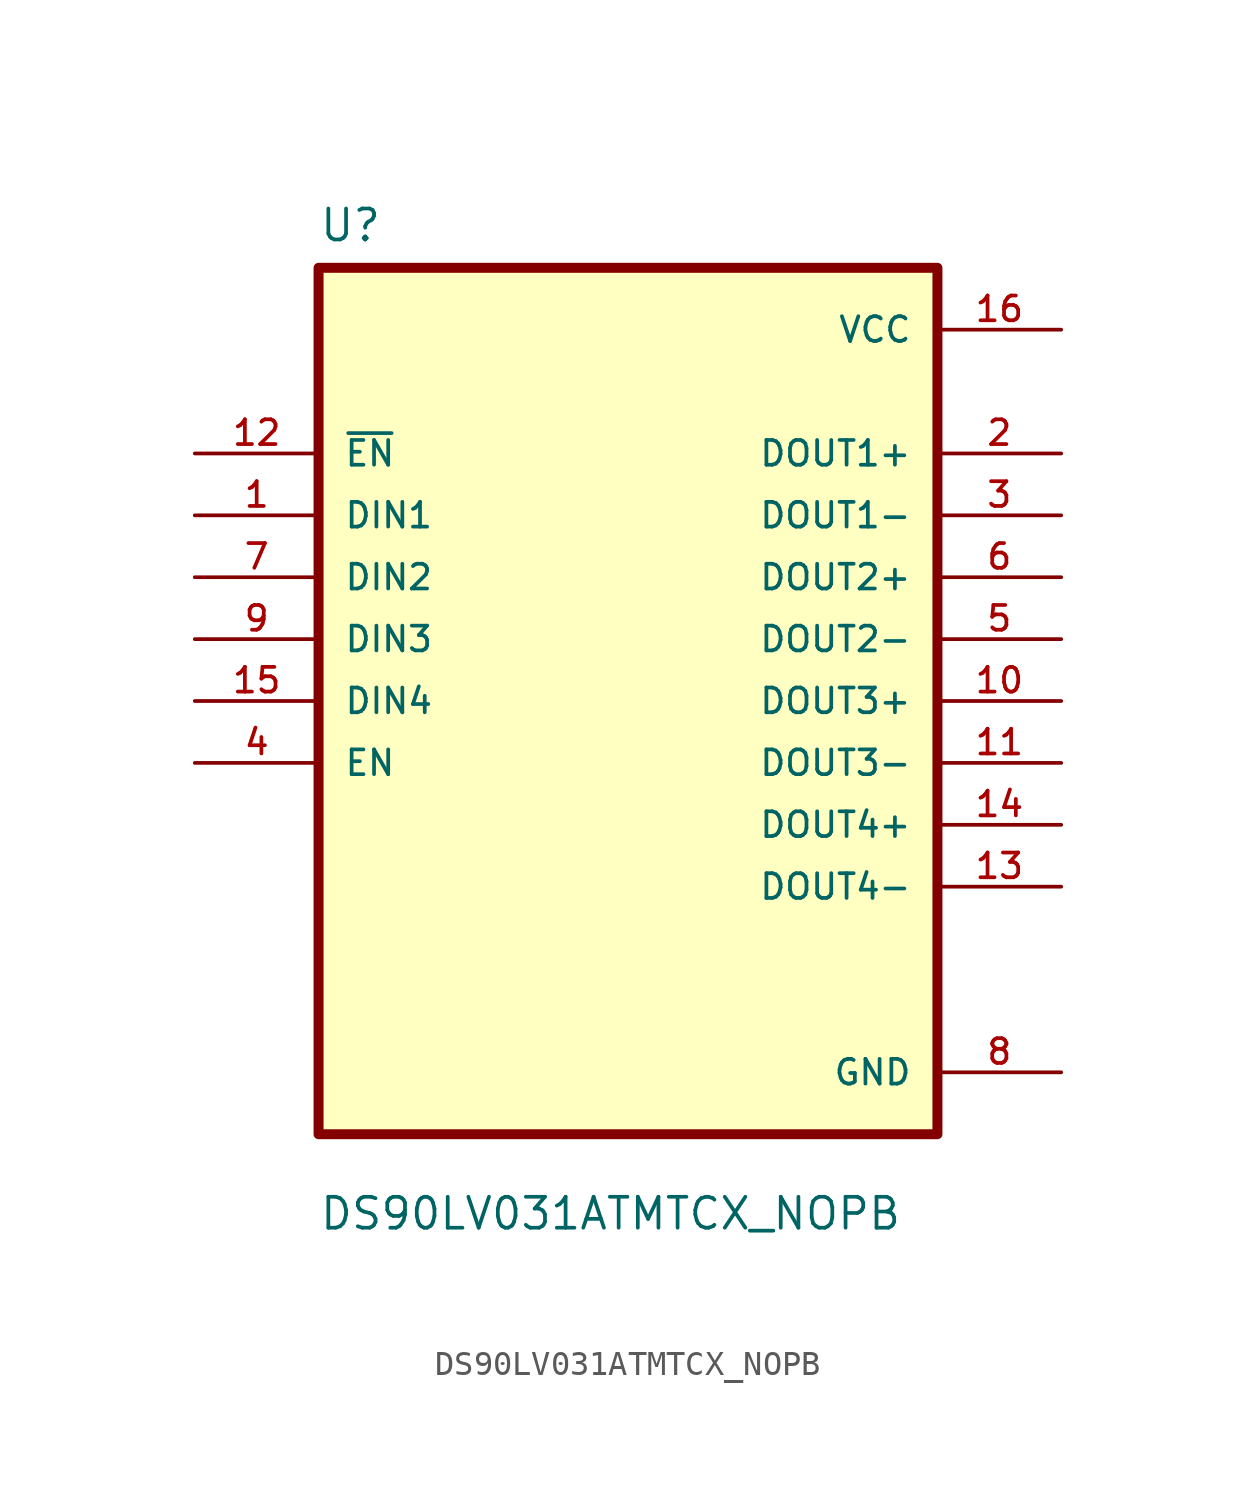
<source format=kicad_sym>
(kicad_symbol_lib
  (version 20211014)
  (generator kicad_symbol_editor)
  (symbol "DS90LV031ATMTCX_NOPB"
    (pin_names
      (offset 1.016))
    (property "Reference" "U"
      (at -12.7 18.78 0.0)
      (effects (font (size 1.27 1.27)) (justify bottom left)))
    (property "Value" "DS90LV031ATMTCX_NOPB"
      (at -12.7 -21.78 0.0)
      (effects (font (size 1.27 1.27)) (justify bottom left)))
    (symbol "DS90LV031ATMTCX_NOPB_0_0"
      (rectangle (start -12.7 -17.78) (end 12.7 17.78) (stroke (width 0.41)) (fill (type background)))
      (pin input line (at -17.78 10.16 0) (length 5.08) (name "~{EN}" (effects (font (size 1.016 1.016)))) (number "12" (effects (font (size 1.016 1.016)))))
      (pin input line (at -17.78 7.62 0) (length 5.08) (name "DIN1" (effects (font (size 1.016 1.016)))) (number "1" (effects (font (size 1.016 1.016)))))
      (pin input line (at -17.78 5.08 0) (length 5.08) (name "DIN2" (effects (font (size 1.016 1.016)))) (number "7" (effects (font (size 1.016 1.016)))))
      (pin input line (at -17.78 2.54 0) (length 5.08) (name "DIN3" (effects (font (size 1.016 1.016)))) (number "9" (effects (font (size 1.016 1.016)))))
      (pin input line (at -17.78 0.0 0) (length 5.08) (name "DIN4" (effects (font (size 1.016 1.016)))) (number "15" (effects (font (size 1.016 1.016)))))
      (pin input line (at -17.78 -2.54 0) (length 5.08) (name "EN" (effects (font (size 1.016 1.016)))) (number "4" (effects (font (size 1.016 1.016)))))
      (pin power_in line (at 17.78 15.24 180.0) (length 5.08) (name "VCC" (effects (font (size 1.016 1.016)))) (number "16" (effects (font (size 1.016 1.016)))))
      (pin output line (at 17.78 10.16 180.0) (length 5.08) (name "DOUT1+" (effects (font (size 1.016 1.016)))) (number "2" (effects (font (size 1.016 1.016)))))
      (pin output line (at 17.78 7.62 180.0) (length 5.08) (name "DOUT1-" (effects (font (size 1.016 1.016)))) (number "3" (effects (font (size 1.016 1.016)))))
      (pin output line (at 17.78 5.08 180.0) (length 5.08) (name "DOUT2+" (effects (font (size 1.016 1.016)))) (number "6" (effects (font (size 1.016 1.016)))))
      (pin output line (at 17.78 2.54 180.0) (length 5.08) (name "DOUT2-" (effects (font (size 1.016 1.016)))) (number "5" (effects (font (size 1.016 1.016)))))
      (pin output line (at 17.78 1.77636e-15 180.0) (length 5.08) (name "DOUT3+" (effects (font (size 1.016 1.016)))) (number "10" (effects (font (size 1.016 1.016)))))
      (pin output line (at 17.78 -2.54 180.0) (length 5.08) (name "DOUT3-" (effects (font (size 1.016 1.016)))) (number "11" (effects (font (size 1.016 1.016)))))
      (pin output line (at 17.78 -5.08 180.0) (length 5.08) (name "DOUT4+" (effects (font (size 1.016 1.016)))) (number "14" (effects (font (size 1.016 1.016)))))
      (pin output line (at 17.78 -7.62 180.0) (length 5.08) (name "DOUT4-" (effects (font (size 1.016 1.016)))) (number "13" (effects (font (size 1.016 1.016)))))
      (pin power_in line (at 17.78 -15.24 180.0) (length 5.08) (name "GND" (effects (font (size 1.016 1.016)))) (number "8" (effects (font (size 1.016 1.016))))))))
</source>
